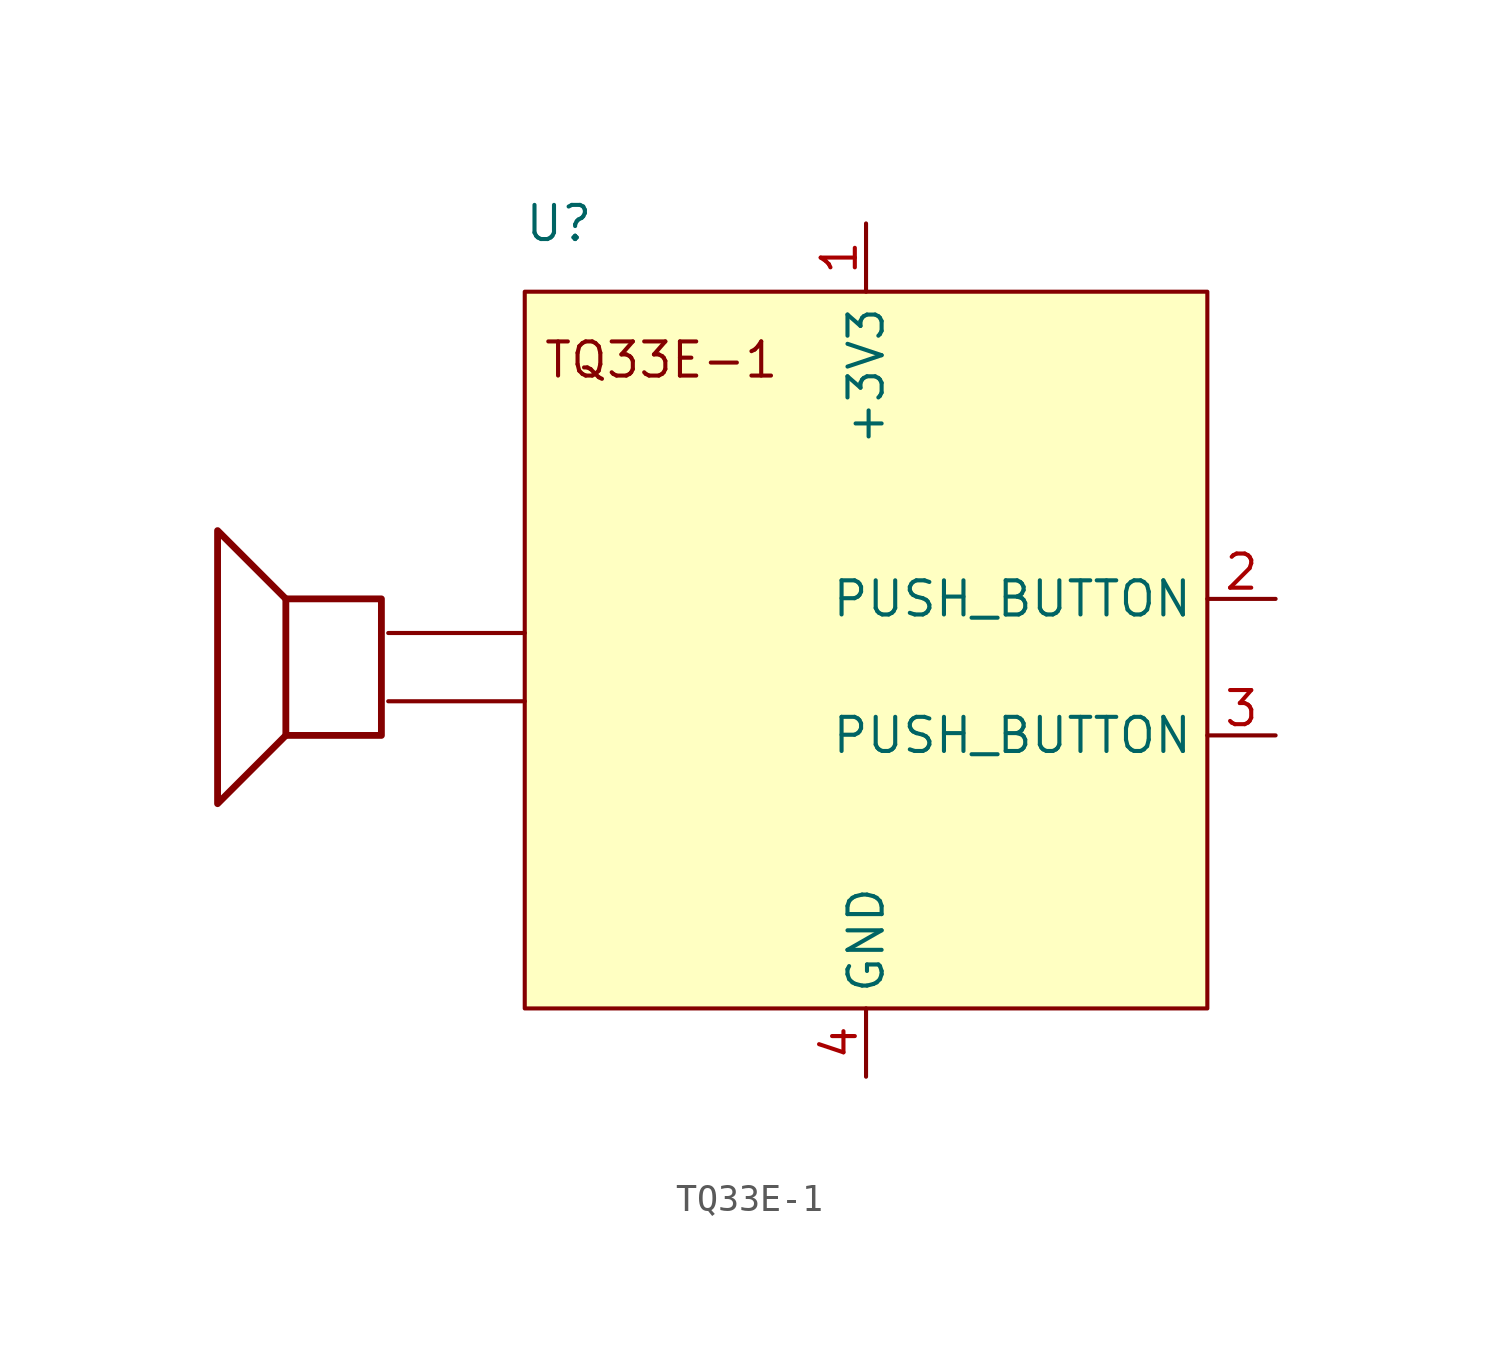
<source format=kicad_sym>
(kicad_symbol_lib
  (version 20220914)
  (generator kicad_symbol_editor)
  (symbol "TQ33E-1"
    (property "Reference" "U"
      (at -11.43 16.51 0)
      (effects (font (size 1.27 1.27))))
    (property "Value" ""
      (at 0 0 0)
      (effects (font (size 1.27 1.27))))
    (symbol "TQ33E-1_0_0"
      (rectangle (start -21.59 2.54) (end -18.034 -2.54) (stroke (width 0.254) (type default)) (fill (type none)))
      (polyline (pts (xy -21.59 -2.54) (xy -24.13 -5.08) (xy -24.13 5.08) (xy -21.59 2.54)) (stroke (width 0.254) (type default)) (fill (type none))))
    (symbol "TQ33E-1_0_1"
      (polyline (pts (xy -17.78 -1.27) (xy -12.7 -1.27)) (stroke (width 0) (type default)) (fill (type none)))
      (polyline (pts (xy -17.78 1.27) (xy -12.7 1.27)) (stroke (width 0) (type default)) (fill (type none))))
    (symbol "TQ33E-1_1_1"
      (rectangle (start -12.7 13.97) (end 12.7 -12.7) (stroke (width 0) (type default)) (fill (type background)))
      (text "TQ33E-1" (at -7.62 11.43 0) (effects (font (size 1.27 1.27))))
      (pin power_in line (at 0 16.51 270) (length 2.54) (name "+3V3" (effects (font (size 1.27 1.27)))) (number "1" (effects (font (size 1.27 1.27)))))
      (pin input line (at 15.24 2.54 180) (length 2.54) (name "PUSH_BUTTON" (effects (font (size 1.27 1.27)))) (number "2" (effects (font (size 1.27 1.27)))))
      (pin input line (at 15.24 -2.54 180) (length 2.54) (name "PUSH_BUTTON" (effects (font (size 1.27 1.27)))) (number "3" (effects (font (size 1.27 1.27)))))
      (pin power_in line (at 0 -15.24 90) (length 2.54) (name "GND" (effects (font (size 1.27 1.27)))) (number "4" (effects (font (size 1.27 1.27))))))))
</source>
